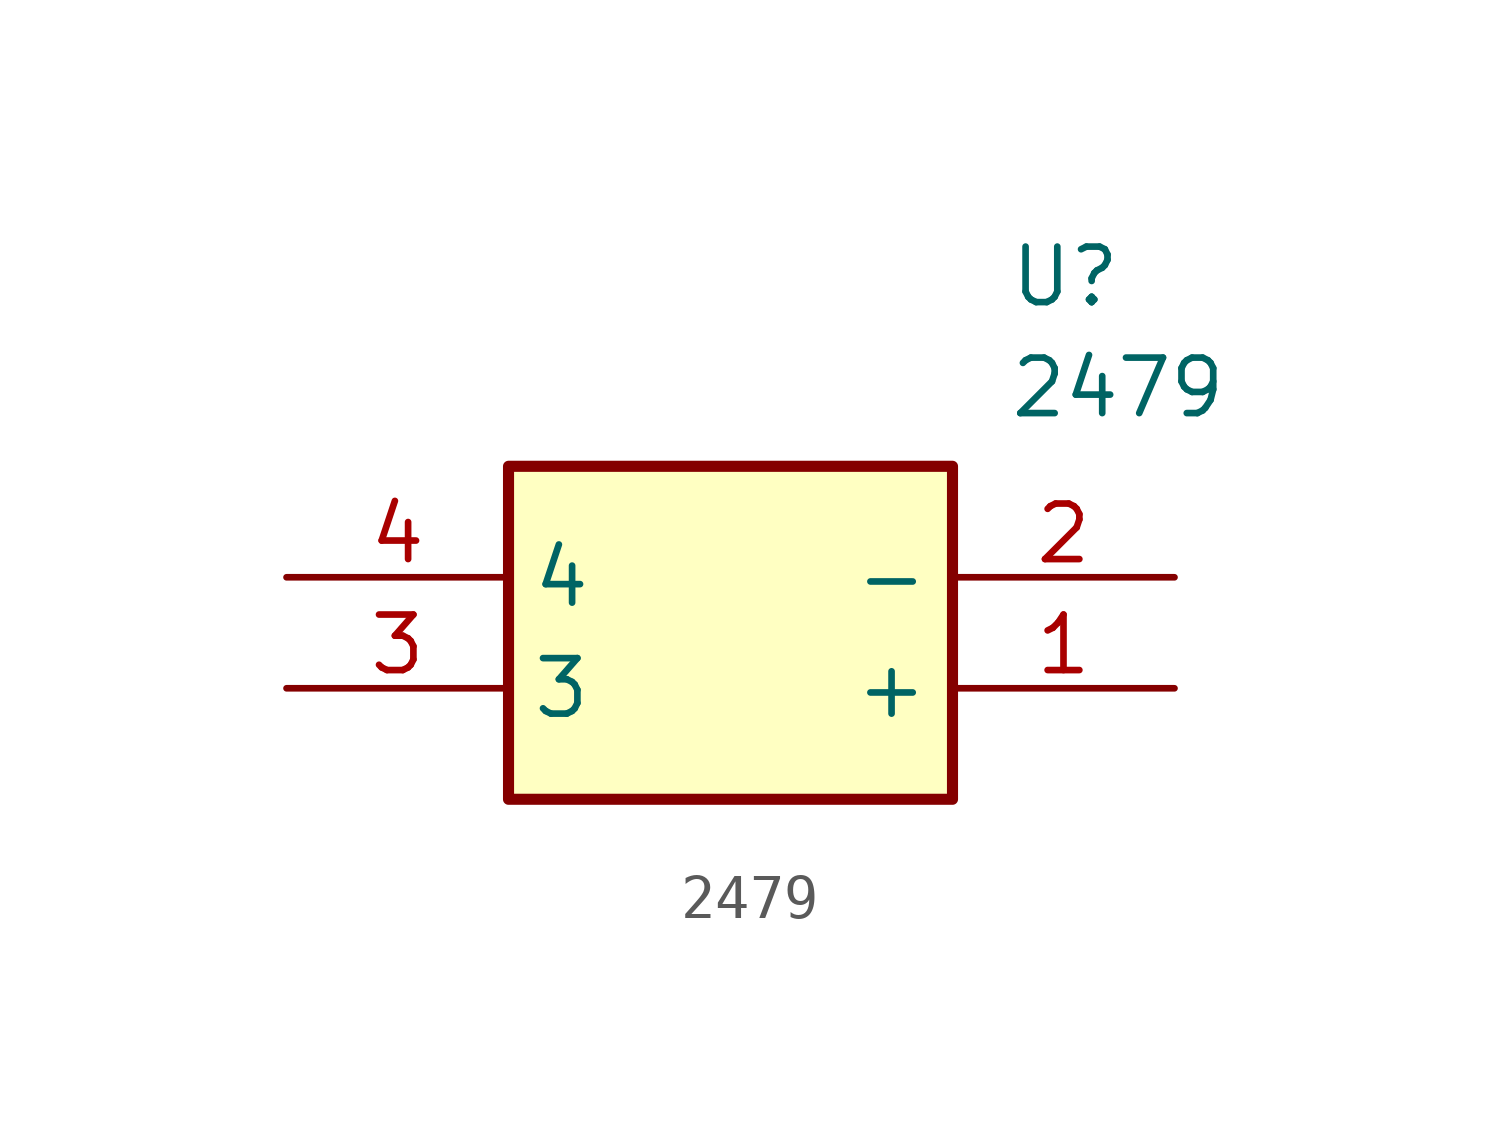
<source format=kicad_sym>
(kicad_symbol_lib
  (version 20211014)
  (generator SamacSys_ECAD_Model)
  (symbol "2479"
    (property "Reference" "U"
      (at 16.51 7.62 0)
      (effects (font (size 1.27 1.27)) (justify left top)))
    (property "Value" "2479"
      (at 16.51 5.08 0)
      (effects (font (size 1.27 1.27)) (justify left top)))
    (rectangle
      (start 5.08 2.54)
      (end 15.24 -5.08)
      (stroke (width 0.254) (type default))
      (fill (type background)))
    (pin passive line
      (at 20.32 -2.54 180)
      (length 5.08)
      (name "+" (effects (font (size 1.27 1.27))))
      (number "1" (effects (font (size 1.27 1.27)))))
    (pin passive line
      (at 20.32 0 180)
      (length 5.08)
      (name "-" (effects (font (size 1.27 1.27))))
      (number "2" (effects (font (size 1.27 1.27)))))
    (pin passive line
      (at 0 -2.54 0)
      (length 5.08)
      (name "3" (effects (font (size 1.27 1.27))))
      (number "3" (effects (font (size 1.27 1.27)))))
    (pin passive line
      (at 0 0 0)
      (length 5.08)
      (name "4" (effects (font (size 1.27 1.27))))
      (number "4" (effects (font (size 1.27 1.27)))))))
</source>
